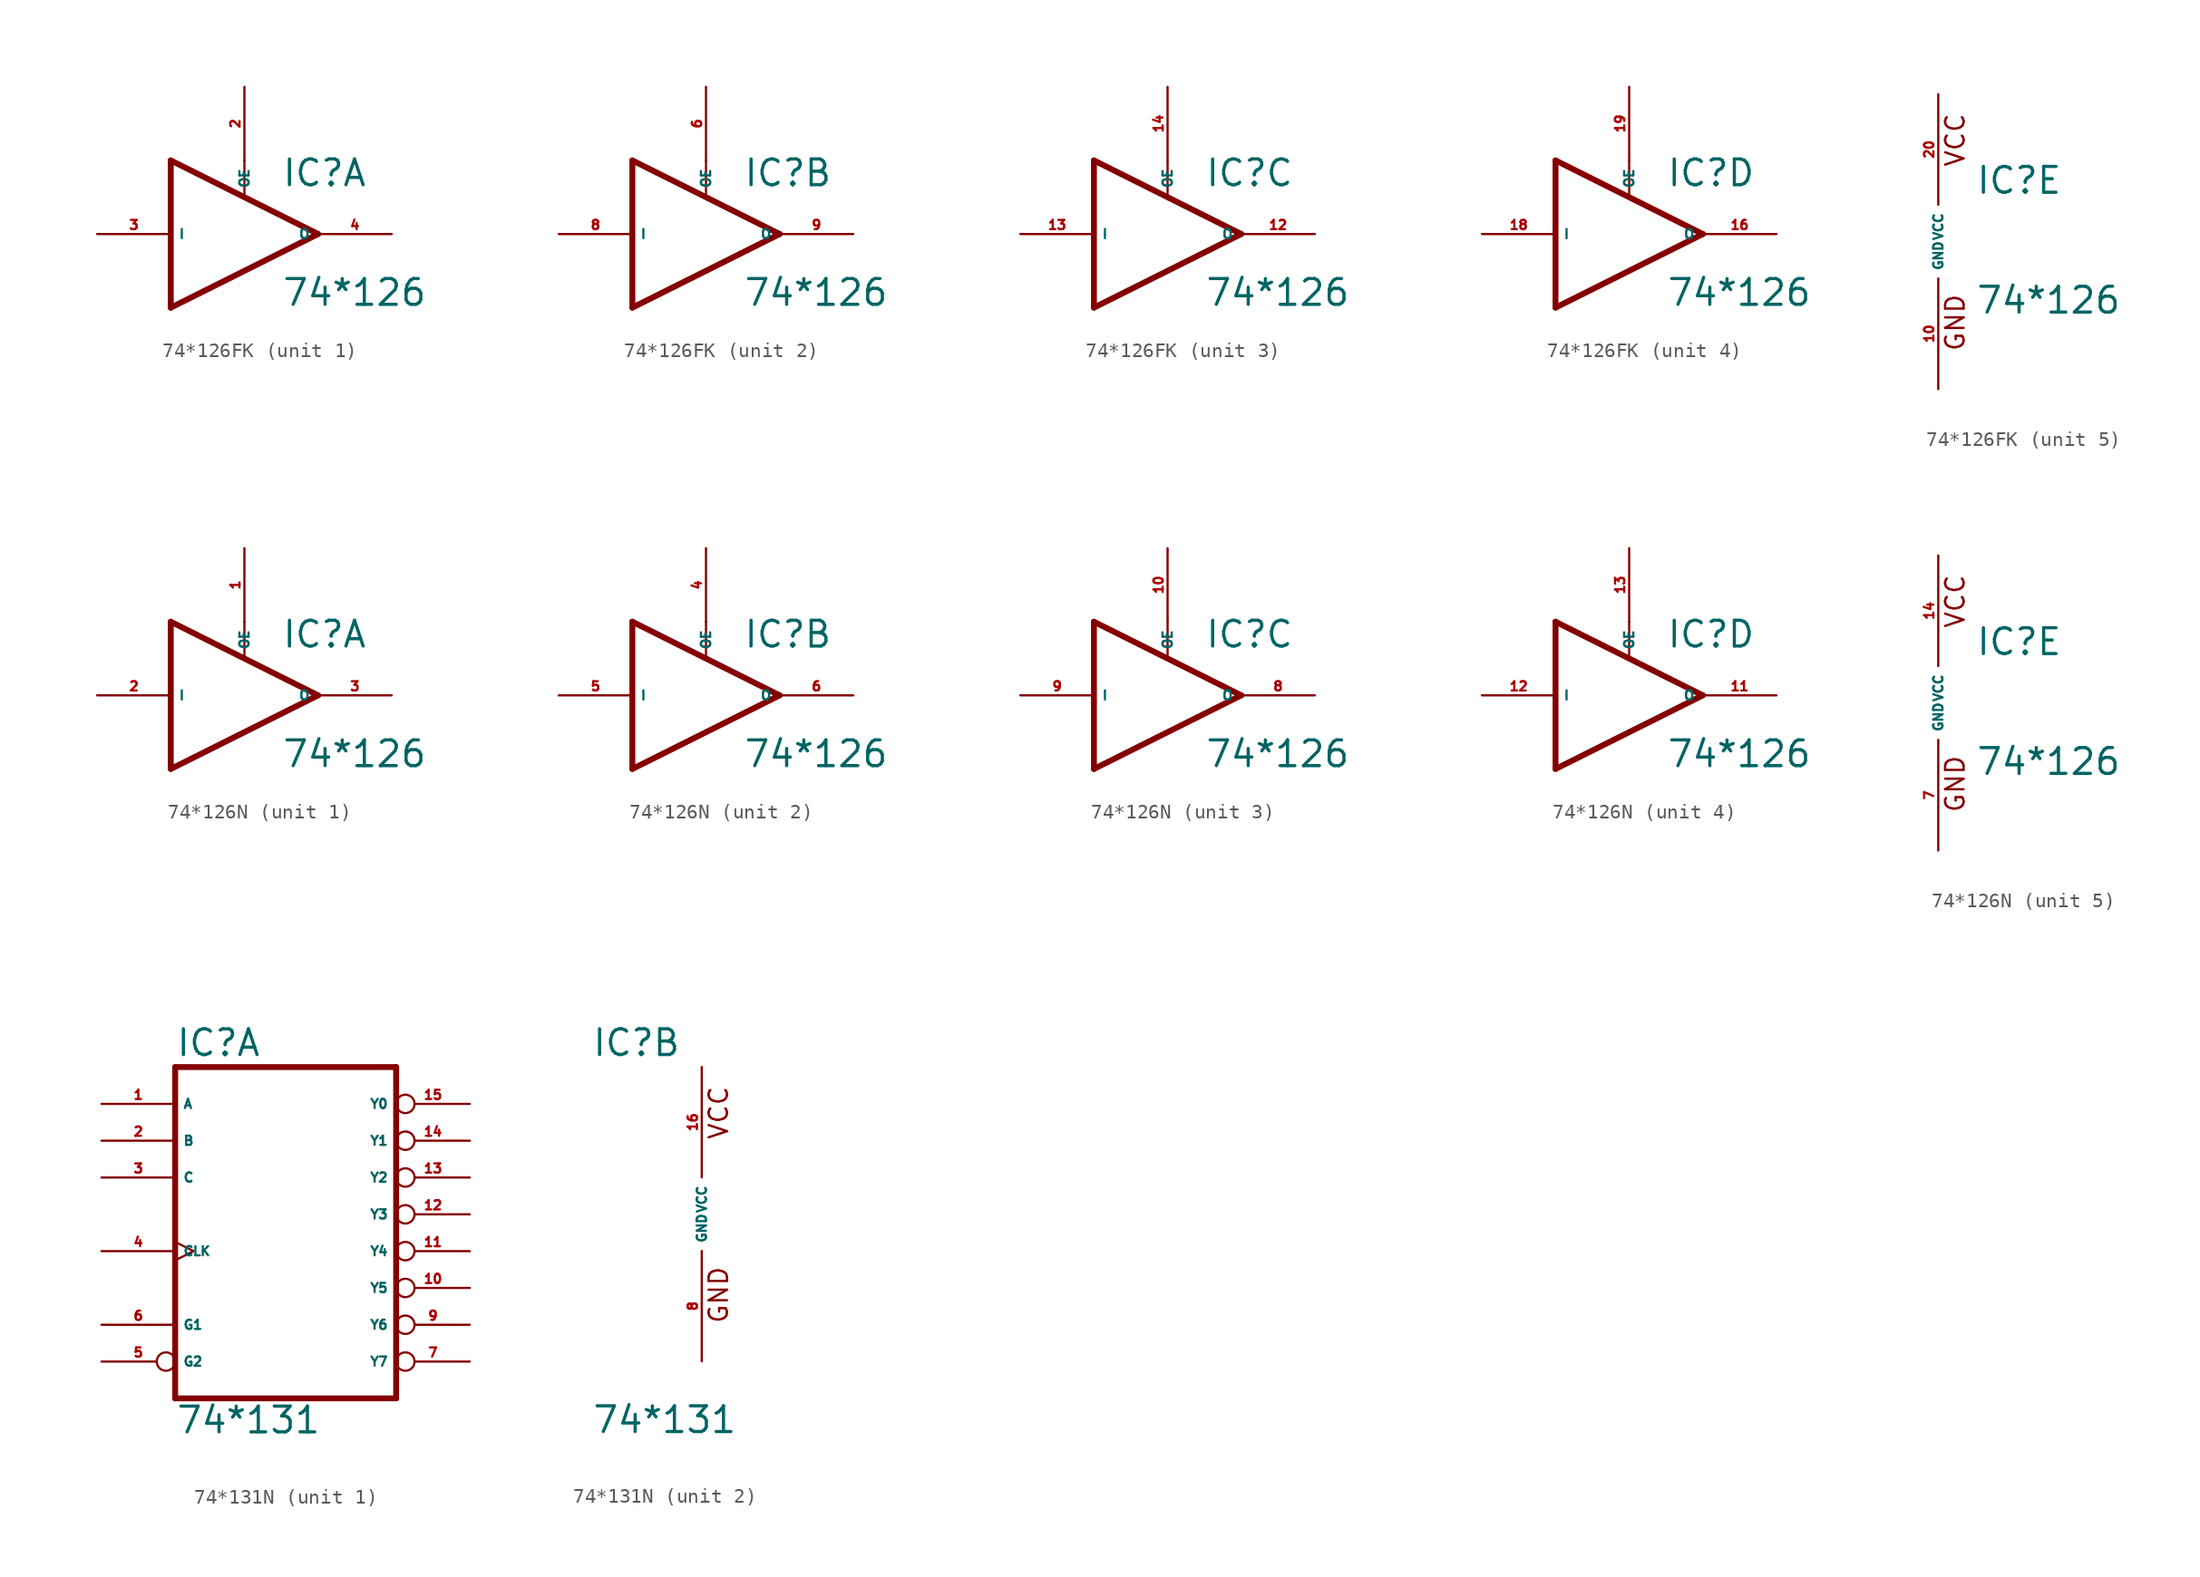
<source format=kicad_sym>
(kicad_symbol_lib
  (version 20220914)
  (generator Eagle2Kicad)
  (symbol "74*126FK"
    (property "Reference" "IC"
      (at 2.54 3.175 0)
      (effects (font (size 1.778 1.778) (thickness 0.22)) (justify left bottom)))
    (property "Value" "74*126"
      (at 2.54 -5.08 0)
      (effects (font (size 1.778 1.778) (thickness 0.22)) (justify left bottom)))
    (symbol "74*126FK_1_0"
      (polyline (pts (xy -5.08 -5.08) (xy -5.08 5.08)) (stroke (width 0.406) (type default)) (fill (type none)))
      (polyline (pts (xy 0 5.08) (xy 0 2.54)) (stroke (width 0.152) (type default)) (fill (type none)))
      (polyline (pts (xy 5.08 0) (xy -5.08 5.08)) (stroke (width 0.406) (type default)) (fill (type none)))
      (polyline (pts (xy 5.08 0) (xy -5.08 -5.08)) (stroke (width 0.406) (type default)) (fill (type none)))
      (pin input line (at 0 10.16 270) (length 5.08) (name "OE" (effects (font (size 0.635 0.635) (thickness 0.08)) (justify left bottom))) (number "2" (effects (font (size 0.635 0.635) (thickness 0.08)) (justify left bottom))))
      (pin input line (at -10.16 0 0) (length 5.08) (name "I" (effects (font (size 0.635 0.635) (thickness 0.08)) (justify left bottom))) (number "3" (effects (font (size 0.635 0.635) (thickness 0.08)) (justify left bottom))))
      (pin output line (at 10.16 0 180) (length 5.08) (name "O" (effects (font (size 0.635 0.635) (thickness 0.08)) (justify left bottom))) (number "4" (effects (font (size 0.635 0.635) (thickness 0.08)) (justify left bottom)))))
    (symbol "74*126FK_2_0"
      (polyline (pts (xy -5.08 -5.08) (xy -5.08 5.08)) (stroke (width 0.406) (type default)) (fill (type none)))
      (polyline (pts (xy 0 5.08) (xy 0 2.54)) (stroke (width 0.152) (type default)) (fill (type none)))
      (polyline (pts (xy 5.08 0) (xy -5.08 5.08)) (stroke (width 0.406) (type default)) (fill (type none)))
      (polyline (pts (xy 5.08 0) (xy -5.08 -5.08)) (stroke (width 0.406) (type default)) (fill (type none)))
      (pin input line (at 0 10.16 270) (length 5.08) (name "OE" (effects (font (size 0.635 0.635) (thickness 0.08)) (justify left bottom))) (number "6" (effects (font (size 0.635 0.635) (thickness 0.08)) (justify left bottom))))
      (pin input line (at -10.16 0 0) (length 5.08) (name "I" (effects (font (size 0.635 0.635) (thickness 0.08)) (justify left bottom))) (number "8" (effects (font (size 0.635 0.635) (thickness 0.08)) (justify left bottom))))
      (pin output line (at 10.16 0 180) (length 5.08) (name "O" (effects (font (size 0.635 0.635) (thickness 0.08)) (justify left bottom))) (number "9" (effects (font (size 0.635 0.635) (thickness 0.08)) (justify left bottom)))))
    (symbol "74*126FK_3_0"
      (polyline (pts (xy -5.08 -5.08) (xy -5.08 5.08)) (stroke (width 0.406) (type default)) (fill (type none)))
      (polyline (pts (xy 0 5.08) (xy 0 2.54)) (stroke (width 0.152) (type default)) (fill (type none)))
      (polyline (pts (xy 5.08 0) (xy -5.08 5.08)) (stroke (width 0.406) (type default)) (fill (type none)))
      (polyline (pts (xy 5.08 0) (xy -5.08 -5.08)) (stroke (width 0.406) (type default)) (fill (type none)))
      (pin input line (at 0 10.16 270) (length 5.08) (name "OE" (effects (font (size 0.635 0.635) (thickness 0.08)) (justify left bottom))) (number "14" (effects (font (size 0.635 0.635) (thickness 0.08)) (justify left bottom))))
      (pin input line (at -10.16 0 0) (length 5.08) (name "I" (effects (font (size 0.635 0.635) (thickness 0.08)) (justify left bottom))) (number "13" (effects (font (size 0.635 0.635) (thickness 0.08)) (justify left bottom))))
      (pin output line (at 10.16 0 180) (length 5.08) (name "O" (effects (font (size 0.635 0.635) (thickness 0.08)) (justify left bottom))) (number "12" (effects (font (size 0.635 0.635) (thickness 0.08)) (justify left bottom)))))
    (symbol "74*126FK_4_0"
      (polyline (pts (xy -5.08 -5.08) (xy -5.08 5.08)) (stroke (width 0.406) (type default)) (fill (type none)))
      (polyline (pts (xy 0 5.08) (xy 0 2.54)) (stroke (width 0.152) (type default)) (fill (type none)))
      (polyline (pts (xy 5.08 0) (xy -5.08 5.08)) (stroke (width 0.406) (type default)) (fill (type none)))
      (polyline (pts (xy 5.08 0) (xy -5.08 -5.08)) (stroke (width 0.406) (type default)) (fill (type none)))
      (pin input line (at 0 10.16 270) (length 5.08) (name "OE" (effects (font (size 0.635 0.635) (thickness 0.08)) (justify left bottom))) (number "19" (effects (font (size 0.635 0.635) (thickness 0.08)) (justify left bottom))))
      (pin input line (at -10.16 0 0) (length 5.08) (name "I" (effects (font (size 0.635 0.635) (thickness 0.08)) (justify left bottom))) (number "18" (effects (font (size 0.635 0.635) (thickness 0.08)) (justify left bottom))))
      (pin output line (at 10.16 0 180) (length 5.08) (name "O" (effects (font (size 0.635 0.635) (thickness 0.08)) (justify left bottom))) (number "16" (effects (font (size 0.635 0.635) (thickness 0.08)) (justify left bottom)))))
    (symbol "74*126FK_5_0"
      (text "GND" (at 1.905 -7.62 900) (effects (font (size 1.27 1.27) (thickness 0.16)) (justify left bottom)))
      (text "VCC" (at 1.905 5.08 900) (effects (font (size 1.27 1.27) (thickness 0.16)) (justify left bottom)))
      (pin unspecified line (at 0 -10.16 90) (length 7.62) (name "GND" (effects (font (size 0.635 0.635) (thickness 0.08)) (justify left bottom))) (number "10" (effects (font (size 0.635 0.635) (thickness 0.08)) (justify left bottom))))
      (pin unspecified line (at 0 10.16 270) (length 7.62) (name "VCC" (effects (font (size 0.635 0.635) (thickness 0.08)) (justify left bottom))) (number "20" (effects (font (size 0.635 0.635) (thickness 0.08)) (justify left bottom))))))
  (symbol "74*126N"
    (property "Reference" "IC"
      (at 2.54 3.175 0)
      (effects (font (size 1.778 1.778) (thickness 0.22)) (justify left bottom)))
    (property "Value" "74*126"
      (at 2.54 -5.08 0)
      (effects (font (size 1.778 1.778) (thickness 0.22)) (justify left bottom)))
    (symbol "74*126N_1_0"
      (polyline (pts (xy -5.08 -5.08) (xy -5.08 5.08)) (stroke (width 0.406) (type default)) (fill (type none)))
      (polyline (pts (xy 0 5.08) (xy 0 2.54)) (stroke (width 0.152) (type default)) (fill (type none)))
      (polyline (pts (xy 5.08 0) (xy -5.08 5.08)) (stroke (width 0.406) (type default)) (fill (type none)))
      (polyline (pts (xy 5.08 0) (xy -5.08 -5.08)) (stroke (width 0.406) (type default)) (fill (type none)))
      (pin input line (at 0 10.16 270) (length 5.08) (name "OE" (effects (font (size 0.635 0.635) (thickness 0.08)) (justify left bottom))) (number "1" (effects (font (size 0.635 0.635) (thickness 0.08)) (justify left bottom))))
      (pin input line (at -10.16 0 0) (length 5.08) (name "I" (effects (font (size 0.635 0.635) (thickness 0.08)) (justify left bottom))) (number "2" (effects (font (size 0.635 0.635) (thickness 0.08)) (justify left bottom))))
      (pin output line (at 10.16 0 180) (length 5.08) (name "O" (effects (font (size 0.635 0.635) (thickness 0.08)) (justify left bottom))) (number "3" (effects (font (size 0.635 0.635) (thickness 0.08)) (justify left bottom)))))
    (symbol "74*126N_2_0"
      (polyline (pts (xy -5.08 -5.08) (xy -5.08 5.08)) (stroke (width 0.406) (type default)) (fill (type none)))
      (polyline (pts (xy 0 5.08) (xy 0 2.54)) (stroke (width 0.152) (type default)) (fill (type none)))
      (polyline (pts (xy 5.08 0) (xy -5.08 5.08)) (stroke (width 0.406) (type default)) (fill (type none)))
      (polyline (pts (xy 5.08 0) (xy -5.08 -5.08)) (stroke (width 0.406) (type default)) (fill (type none)))
      (pin input line (at 0 10.16 270) (length 5.08) (name "OE" (effects (font (size 0.635 0.635) (thickness 0.08)) (justify left bottom))) (number "4" (effects (font (size 0.635 0.635) (thickness 0.08)) (justify left bottom))))
      (pin input line (at -10.16 0 0) (length 5.08) (name "I" (effects (font (size 0.635 0.635) (thickness 0.08)) (justify left bottom))) (number "5" (effects (font (size 0.635 0.635) (thickness 0.08)) (justify left bottom))))
      (pin output line (at 10.16 0 180) (length 5.08) (name "O" (effects (font (size 0.635 0.635) (thickness 0.08)) (justify left bottom))) (number "6" (effects (font (size 0.635 0.635) (thickness 0.08)) (justify left bottom)))))
    (symbol "74*126N_3_0"
      (polyline (pts (xy -5.08 -5.08) (xy -5.08 5.08)) (stroke (width 0.406) (type default)) (fill (type none)))
      (polyline (pts (xy 0 5.08) (xy 0 2.54)) (stroke (width 0.152) (type default)) (fill (type none)))
      (polyline (pts (xy 5.08 0) (xy -5.08 5.08)) (stroke (width 0.406) (type default)) (fill (type none)))
      (polyline (pts (xy 5.08 0) (xy -5.08 -5.08)) (stroke (width 0.406) (type default)) (fill (type none)))
      (pin input line (at 0 10.16 270) (length 5.08) (name "OE" (effects (font (size 0.635 0.635) (thickness 0.08)) (justify left bottom))) (number "10" (effects (font (size 0.635 0.635) (thickness 0.08)) (justify left bottom))))
      (pin input line (at -10.16 0 0) (length 5.08) (name "I" (effects (font (size 0.635 0.635) (thickness 0.08)) (justify left bottom))) (number "9" (effects (font (size 0.635 0.635) (thickness 0.08)) (justify left bottom))))
      (pin output line (at 10.16 0 180) (length 5.08) (name "O" (effects (font (size 0.635 0.635) (thickness 0.08)) (justify left bottom))) (number "8" (effects (font (size 0.635 0.635) (thickness 0.08)) (justify left bottom)))))
    (symbol "74*126N_4_0"
      (polyline (pts (xy -5.08 -5.08) (xy -5.08 5.08)) (stroke (width 0.406) (type default)) (fill (type none)))
      (polyline (pts (xy 0 5.08) (xy 0 2.54)) (stroke (width 0.152) (type default)) (fill (type none)))
      (polyline (pts (xy 5.08 0) (xy -5.08 5.08)) (stroke (width 0.406) (type default)) (fill (type none)))
      (polyline (pts (xy 5.08 0) (xy -5.08 -5.08)) (stroke (width 0.406) (type default)) (fill (type none)))
      (pin input line (at 0 10.16 270) (length 5.08) (name "OE" (effects (font (size 0.635 0.635) (thickness 0.08)) (justify left bottom))) (number "13" (effects (font (size 0.635 0.635) (thickness 0.08)) (justify left bottom))))
      (pin input line (at -10.16 0 0) (length 5.08) (name "I" (effects (font (size 0.635 0.635) (thickness 0.08)) (justify left bottom))) (number "12" (effects (font (size 0.635 0.635) (thickness 0.08)) (justify left bottom))))
      (pin output line (at 10.16 0 180) (length 5.08) (name "O" (effects (font (size 0.635 0.635) (thickness 0.08)) (justify left bottom))) (number "11" (effects (font (size 0.635 0.635) (thickness 0.08)) (justify left bottom)))))
    (symbol "74*126N_5_0"
      (text "GND" (at 1.905 -7.62 900) (effects (font (size 1.27 1.27) (thickness 0.16)) (justify left bottom)))
      (text "VCC" (at 1.905 5.08 900) (effects (font (size 1.27 1.27) (thickness 0.16)) (justify left bottom)))
      (pin unspecified line (at 0 -10.16 90) (length 7.62) (name "GND" (effects (font (size 0.635 0.635) (thickness 0.08)) (justify left bottom))) (number "7" (effects (font (size 0.635 0.635) (thickness 0.08)) (justify left bottom))))
      (pin unspecified line (at 0 10.16 270) (length 7.62) (name "VCC" (effects (font (size 0.635 0.635) (thickness 0.08)) (justify left bottom))) (number "14" (effects (font (size 0.635 0.635) (thickness 0.08)) (justify left bottom))))))
  (symbol "74*131N"
    (property "Reference" "IC"
      (at -7.62 10.795 0)
      (effects (font (size 1.778 1.778) (thickness 0.22)) (justify left bottom)))
    (property "Value" "74*131"
      (at -7.62 -15.24 0)
      (effects (font (size 1.778 1.778) (thickness 0.22)) (justify left bottom)))
    (symbol "74*131N_1_0"
      (polyline (pts (xy -7.62 -12.7) (xy 7.62 -12.7)) (stroke (width 0.406) (type default)) (fill (type none)))
      (polyline (pts (xy 7.62 -12.7) (xy 7.62 10.16)) (stroke (width 0.406) (type default)) (fill (type none)))
      (polyline (pts (xy 7.62 10.16) (xy -7.62 10.16)) (stroke (width 0.406) (type default)) (fill (type none)))
      (polyline (pts (xy -7.62 10.16) (xy -7.62 -12.7)) (stroke (width 0.406) (type default)) (fill (type none)))
      (pin input line (at -12.7 7.62 0) (length 5.08) (name "A" (effects (font (size 0.635 0.635) (thickness 0.08)) (justify left bottom))) (number "1" (effects (font (size 0.635 0.635) (thickness 0.08)) (justify left bottom))))
      (pin input line (at -12.7 5.08 0) (length 5.08) (name "B" (effects (font (size 0.635 0.635) (thickness 0.08)) (justify left bottom))) (number "2" (effects (font (size 0.635 0.635) (thickness 0.08)) (justify left bottom))))
      (pin input line (at -12.7 2.54 0) (length 5.08) (name "C" (effects (font (size 0.635 0.635) (thickness 0.08)) (justify left bottom))) (number "3" (effects (font (size 0.635 0.635) (thickness 0.08)) (justify left bottom))))
      (pin input clock (at -12.7 -2.54 0) (length 5.08) (name "CLK" (effects (font (size 0.635 0.635) (thickness 0.08)) (justify left bottom))) (number "4" (effects (font (size 0.635 0.635) (thickness 0.08)) (justify left bottom))))
      (pin input inverted (at -12.7 -10.16 0) (length 5.08) (name "G2" (effects (font (size 0.635 0.635) (thickness 0.08)) (justify left bottom))) (number "5" (effects (font (size 0.635 0.635) (thickness 0.08)) (justify left bottom))))
      (pin input line (at -12.7 -7.62 0) (length 5.08) (name "G1" (effects (font (size 0.635 0.635) (thickness 0.08)) (justify left bottom))) (number "6" (effects (font (size 0.635 0.635) (thickness 0.08)) (justify left bottom))))
      (pin output inverted (at 12.7 -10.16 180) (length 5.08) (name "Y7" (effects (font (size 0.635 0.635) (thickness 0.08)) (justify left bottom))) (number "7" (effects (font (size 0.635 0.635) (thickness 0.08)) (justify left bottom))))
      (pin output inverted (at 12.7 -7.62 180) (length 5.08) (name "Y6" (effects (font (size 0.635 0.635) (thickness 0.08)) (justify left bottom))) (number "9" (effects (font (size 0.635 0.635) (thickness 0.08)) (justify left bottom))))
      (pin output inverted (at 12.7 -5.08 180) (length 5.08) (name "Y5" (effects (font (size 0.635 0.635) (thickness 0.08)) (justify left bottom))) (number "10" (effects (font (size 0.635 0.635) (thickness 0.08)) (justify left bottom))))
      (pin output inverted (at 12.7 -2.54 180) (length 5.08) (name "Y4" (effects (font (size 0.635 0.635) (thickness 0.08)) (justify left bottom))) (number "11" (effects (font (size 0.635 0.635) (thickness 0.08)) (justify left bottom))))
      (pin output inverted (at 12.7 0 180) (length 5.08) (name "Y3" (effects (font (size 0.635 0.635) (thickness 0.08)) (justify left bottom))) (number "12" (effects (font (size 0.635 0.635) (thickness 0.08)) (justify left bottom))))
      (pin output inverted (at 12.7 2.54 180) (length 5.08) (name "Y2" (effects (font (size 0.635 0.635) (thickness 0.08)) (justify left bottom))) (number "13" (effects (font (size 0.635 0.635) (thickness 0.08)) (justify left bottom))))
      (pin output inverted (at 12.7 5.08 180) (length 5.08) (name "Y1" (effects (font (size 0.635 0.635) (thickness 0.08)) (justify left bottom))) (number "14" (effects (font (size 0.635 0.635) (thickness 0.08)) (justify left bottom))))
      (pin output inverted (at 12.7 7.62 180) (length 5.08) (name "Y0" (effects (font (size 0.635 0.635) (thickness 0.08)) (justify left bottom))) (number "15" (effects (font (size 0.635 0.635) (thickness 0.08)) (justify left bottom)))))
    (symbol "74*131N_2_0"
      (text "GND" (at 1.905 -7.62 900) (effects (font (size 1.27 1.27) (thickness 0.16)) (justify left bottom)))
      (text "VCC" (at 1.905 5.08 900) (effects (font (size 1.27 1.27) (thickness 0.16)) (justify left bottom)))
      (pin unspecified line (at 0 -10.16 90) (length 7.62) (name "GND" (effects (font (size 0.635 0.635) (thickness 0.08)) (justify left bottom))) (number "8" (effects (font (size 0.635 0.635) (thickness 0.08)) (justify left bottom))))
      (pin unspecified line (at 0 10.16 270) (length 7.62) (name "VCC" (effects (font (size 0.635 0.635) (thickness 0.08)) (justify left bottom))) (number "16" (effects (font (size 0.635 0.635) (thickness 0.08)) (justify left bottom)))))))
</source>
